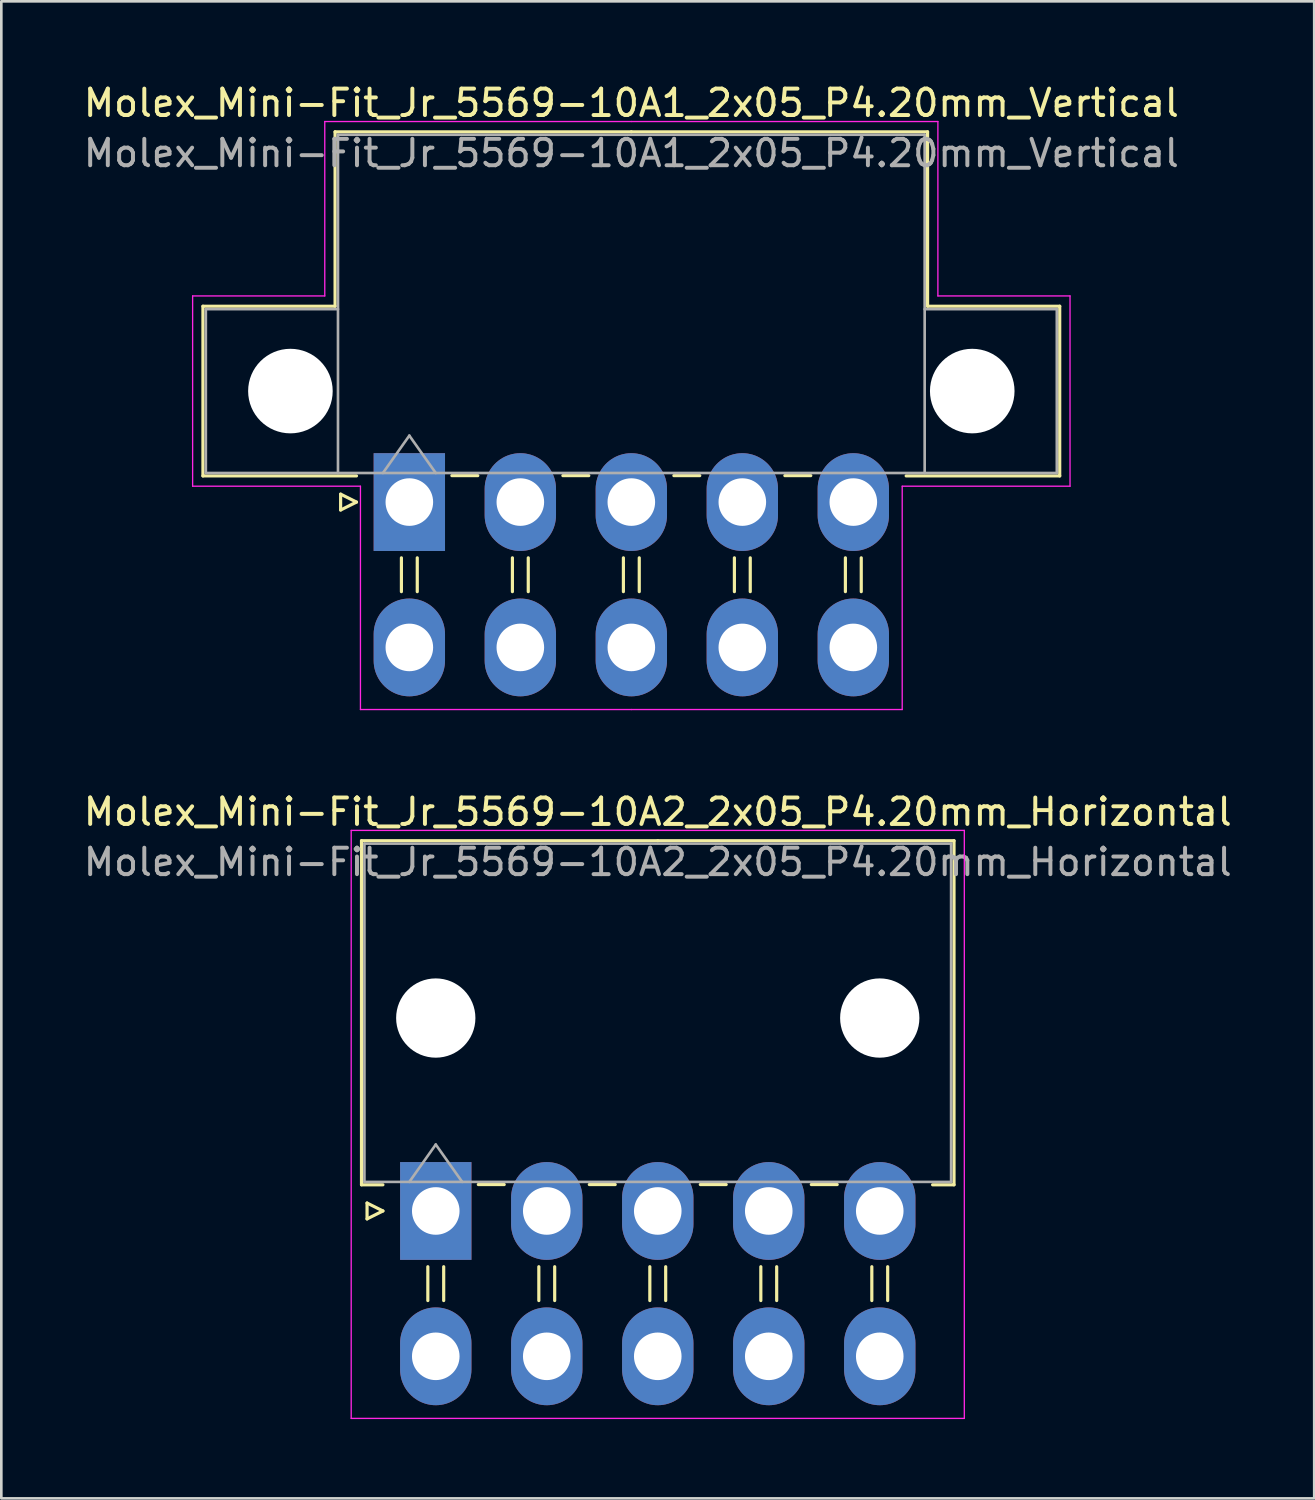
<source format=kicad_pcb>
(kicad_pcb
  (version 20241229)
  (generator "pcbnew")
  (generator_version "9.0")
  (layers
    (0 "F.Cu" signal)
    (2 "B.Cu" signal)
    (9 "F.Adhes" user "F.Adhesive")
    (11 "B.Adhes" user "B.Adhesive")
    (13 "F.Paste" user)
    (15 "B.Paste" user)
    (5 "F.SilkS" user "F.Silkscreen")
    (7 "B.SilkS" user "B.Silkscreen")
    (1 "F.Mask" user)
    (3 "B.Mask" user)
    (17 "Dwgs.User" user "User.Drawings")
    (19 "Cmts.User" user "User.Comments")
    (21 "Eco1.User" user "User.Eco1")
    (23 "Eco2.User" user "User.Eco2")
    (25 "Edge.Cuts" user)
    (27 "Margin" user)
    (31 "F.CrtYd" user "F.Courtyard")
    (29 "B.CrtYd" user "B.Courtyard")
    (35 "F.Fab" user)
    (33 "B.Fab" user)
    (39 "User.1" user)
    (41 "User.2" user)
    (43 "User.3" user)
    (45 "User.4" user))
  (footprint "Molex_Mini-Fit_Jr_5569-10A1_2x05_P4.20mm_Vertical"
    (layer "F.Cu")
    (at 12.439 15.948)
    (property "Reference" "Molex_Mini-Fit_Jr_5569-10A1_2x05_P4.20mm_Vertical" (at 8.4 -15.1 0) (layer "F.SilkS") (effects (font (size 1 1) (thickness 0.15))))
    (attr through_hole)
    (fp_line (start -7.81 -7.41) (end -7.81 -0.99) (stroke (width 0.12) (type solid)) (layer "F.SilkS"))
    (fp_line (start -7.81 -0.99) (end -2 -0.99) (stroke (width 0.12) (type solid)) (layer "F.SilkS"))
    (fp_line (start -2.81 -14.01) (end -2.81 -7.41) (stroke (width 0.12) (type solid)) (layer "F.SilkS"))
    (fp_line (start -2.81 -7.41) (end -7.81 -7.41) (stroke (width 0.12) (type solid)) (layer "F.SilkS"))
    (fp_line (start -2.6 -0.3) (end -2 0) (stroke (width 0.12) (type solid)) (layer "F.SilkS"))
    (fp_line (start -2.6 0.3) (end -2.6 -0.3) (stroke (width 0.12) (type solid)) (layer "F.SilkS"))
    (fp_line (start -2 0) (end -2.6 0.3) (stroke (width 0.12) (type solid)) (layer "F.SilkS"))
    (fp_line (start -0.3 2.11) (end -0.3 3.39) (stroke (width 0.12) (type solid)) (layer "F.SilkS"))
    (fp_line (start 0.3 2.11) (end 0.3 3.39) (stroke (width 0.12) (type solid)) (layer "F.SilkS"))
    (fp_line (start 1.61 -1) (end 2.59 -1) (stroke (width 0.12) (type solid)) (layer "F.SilkS"))
    (fp_line (start 3.9 2.11) (end 3.9 3.39) (stroke (width 0.12) (type solid)) (layer "F.SilkS"))
    (fp_line (start 4.5 2.11) (end 4.5 3.39) (stroke (width 0.12) (type solid)) (layer "F.SilkS"))
    (fp_line (start 5.81 -1) (end 6.79 -1) (stroke (width 0.12) (type solid)) (layer "F.SilkS"))
    (fp_line (start 8.1 2.11) (end 8.1 3.39) (stroke (width 0.12) (type solid)) (layer "F.SilkS"))
    (fp_line (start 8.4 -14.01) (end -2.81 -14.01) (stroke (width 0.12) (type solid)) (layer "F.SilkS"))
    (fp_line (start 8.4 -14.01) (end 19.61 -14.01) (stroke (width 0.12) (type solid)) (layer "F.SilkS"))
    (fp_line (start 8.7 2.11) (end 8.7 3.39) (stroke (width 0.12) (type solid)) (layer "F.SilkS"))
    (fp_line (start 10.01 -1) (end 10.99 -1) (stroke (width 0.12) (type solid)) (layer "F.SilkS"))
    (fp_line (start 12.3 2.11) (end 12.3 3.39) (stroke (width 0.12) (type solid)) (layer "F.SilkS"))
    (fp_line (start 12.9 2.11) (end 12.9 3.39) (stroke (width 0.12) (type solid)) (layer "F.SilkS"))
    (fp_line (start 14.21 -1) (end 15.19 -1) (stroke (width 0.12) (type solid)) (layer "F.SilkS"))
    (fp_line (start 16.5 2.11) (end 16.5 3.39) (stroke (width 0.12) (type solid)) (layer "F.SilkS"))
    (fp_line (start 17.1 2.11) (end 17.1 3.39) (stroke (width 0.12) (type solid)) (layer "F.SilkS"))
    (fp_line (start 19.61 -14.01) (end 19.61 -7.41) (stroke (width 0.12) (type solid)) (layer "F.SilkS"))
    (fp_line (start 19.61 -7.41) (end 24.61 -7.41) (stroke (width 0.12) (type solid)) (layer "F.SilkS"))
    (fp_line (start 24.61 -7.41) (end 24.61 -0.99) (stroke (width 0.12) (type solid)) (layer "F.SilkS"))
    (fp_line (start 24.61 -0.99) (end 18.8 -0.99) (stroke (width 0.12) (type solid)) (layer "F.SilkS"))
    (fp_line (start -8.2 -7.8) (end -8.2 -0.6) (stroke (width 0.05) (type solid)) (layer "F.CrtYd"))
    (fp_line (start -8.2 -0.6) (end -1.85 -0.6) (stroke (width 0.05) (type solid)) (layer "F.CrtYd"))
    (fp_line (start -3.2 -14.4) (end -3.2 -7.8) (stroke (width 0.05) (type solid)) (layer "F.CrtYd"))
    (fp_line (start -3.2 -7.8) (end -8.2 -7.8) (stroke (width 0.05) (type solid)) (layer "F.CrtYd"))
    (fp_line (start -1.85 -0.6) (end -1.85 7.85) (stroke (width 0.05) (type solid)) (layer "F.CrtYd"))
    (fp_line (start -1.85 7.85) (end 8.4 7.85) (stroke (width 0.05) (type solid)) (layer "F.CrtYd"))
    (fp_line (start 8.4 -14.4) (end -3.2 -14.4) (stroke (width 0.05) (type solid)) (layer "F.CrtYd"))
    (fp_line (start 8.4 -14.4) (end 20 -14.4) (stroke (width 0.05) (type solid)) (layer "F.CrtYd"))
    (fp_line (start 18.65 -0.6) (end 18.65 7.85) (stroke (width 0.05) (type solid)) (layer "F.CrtYd"))
    (fp_line (start 18.65 7.85) (end 8.4 7.85) (stroke (width 0.05) (type solid)) (layer "F.CrtYd"))
    (fp_line (start 20 -14.4) (end 20 -7.8) (stroke (width 0.05) (type solid)) (layer "F.CrtYd"))
    (fp_line (start 20 -7.8) (end 25 -7.8) (stroke (width 0.05) (type solid)) (layer "F.CrtYd"))
    (fp_line (start 25 -7.8) (end 25 -0.6) (stroke (width 0.05) (type solid)) (layer "F.CrtYd"))
    (fp_line (start 25 -0.6) (end 18.65 -0.6) (stroke (width 0.05) (type solid)) (layer "F.CrtYd"))
    (fp_line (start -7.7 -7.3) (end -7.7 -1.1) (stroke (width 0.1) (type solid)) (layer "F.Fab"))
    (fp_line (start -7.7 -1.1) (end -2.7 -1.1) (stroke (width 0.1) (type solid)) (layer "F.Fab"))
    (fp_line (start -2.7 -13.9) (end -2.7 -1.1) (stroke (width 0.1) (type solid)) (layer "F.Fab"))
    (fp_line (start -2.7 -7.3) (end -7.7 -7.3) (stroke (width 0.1) (type solid)) (layer "F.Fab"))
    (fp_line (start -2.7 -1.1) (end 19.5 -1.1) (stroke (width 0.1) (type solid)) (layer "F.Fab"))
    (fp_line (start -1 -1.1) (end 0 -2.514) (stroke (width 0.1) (type solid)) (layer "F.Fab"))
    (fp_line (start 0 -2.514) (end 1 -1.1) (stroke (width 0.1) (type solid)) (layer "F.Fab"))
    (fp_line (start 19.5 -13.9) (end -2.7 -13.9) (stroke (width 0.1) (type solid)) (layer "F.Fab"))
    (fp_line (start 19.5 -7.3) (end 24.5 -7.3) (stroke (width 0.1) (type solid)) (layer "F.Fab"))
    (fp_line (start 19.5 -1.1) (end 19.5 -13.9) (stroke (width 0.1) (type solid)) (layer "F.Fab"))
    (fp_line (start 24.5 -7.3) (end 24.5 -1.1) (stroke (width 0.1) (type solid)) (layer "F.Fab"))
    (fp_line (start 24.5 -1.1) (end 19.5 -1.1) (stroke (width 0.1) (type solid)) (layer "F.Fab"))
    (fp_text user "${REFERENCE}" (at 8.4 -13.2 0) (layer "F.Fab") (effects (font (size 1 1) (thickness 0.15))))
    (pad "" np_thru_hole circle (at -4.5 -4.2) (size 3.2 3.2) (drill 3.2) (layers "*.Cu" "*.Mask"))
    (pad "" np_thru_hole circle (at 21.3 -4.2) (size 3.2 3.2) (drill 3.2) (layers "*.Cu" "*.Mask"))
    (pad "1" thru_hole rect (at 0 0) (size 2.7 3.7) (drill 1.8) (layers "*.Cu" "*.Mask"))
    (pad "2" thru_hole oval (at 4.2 0) (size 2.7 3.7) (drill 1.8) (layers "*.Cu" "*.Mask"))
    (pad "3" thru_hole oval (at 8.4 0) (size 2.7 3.7) (drill 1.8) (layers "*.Cu" "*.Mask"))
    (pad "4" thru_hole oval (at 12.6 0) (size 2.7 3.7) (drill 1.8) (layers "*.Cu" "*.Mask"))
    (pad "5" thru_hole oval (at 16.8 0) (size 2.7 3.7) (drill 1.8) (layers "*.Cu" "*.Mask"))
    (pad "6" thru_hole oval (at 0 5.5) (size 2.7 3.7) (drill 1.8) (layers "*.Cu" "*.Mask"))
    (pad "7" thru_hole oval (at 4.2 5.5) (size 2.7 3.7) (drill 1.8) (layers "*.Cu" "*.Mask"))
    (pad "8" thru_hole oval (at 8.4 5.5) (size 2.7 3.7) (drill 1.8) (layers "*.Cu" "*.Mask"))
    (pad "9" thru_hole oval (at 12.6 5.5) (size 2.7 3.7) (drill 1.8) (layers "*.Cu" "*.Mask"))
    (pad "10" thru_hole oval (at 16.8 5.5) (size 2.7 3.7) (drill 1.8) (layers "*.Cu" "*.Mask")))
  (footprint "Molex_Mini-Fit_Jr_5569-10A2_2x05_P4.20mm_Horizontal"
    (layer "F.Cu")
    (at 13.439 42.772)
    (property "Reference" "Molex_Mini-Fit_Jr_5569-10A2_2x05_P4.20mm_Horizontal" (at 8.4 -15.1 0) (layer "F.SilkS") (effects (font (size 1 1) (thickness 0.15))))
    (attr through_hole)
    (fp_line (start -2.81 -14.01) (end 8.4 -14.01) (stroke (width 0.12) (type solid)) (layer "F.SilkS"))
    (fp_line (start -2.81 -0.99) (end -2.81 -14.01) (stroke (width 0.12) (type solid)) (layer "F.SilkS"))
    (fp_line (start -2.6 -0.3) (end -2 0) (stroke (width 0.12) (type solid)) (layer "F.SilkS"))
    (fp_line (start -2.6 0.3) (end -2.6 -0.3) (stroke (width 0.12) (type solid)) (layer "F.SilkS"))
    (fp_line (start -2 -0.99) (end -2.81 -0.99) (stroke (width 0.12) (type solid)) (layer "F.SilkS"))
    (fp_line (start -2 0) (end -2.6 0.3) (stroke (width 0.12) (type solid)) (layer "F.SilkS"))
    (fp_line (start -0.3 2.11) (end -0.3 3.39) (stroke (width 0.12) (type solid)) (layer "F.SilkS"))
    (fp_line (start 0.3 2.11) (end 0.3 3.39) (stroke (width 0.12) (type solid)) (layer "F.SilkS"))
    (fp_line (start 1.61 -1) (end 2.59 -1) (stroke (width 0.12) (type solid)) (layer "F.SilkS"))
    (fp_line (start 3.9 2.11) (end 3.9 3.39) (stroke (width 0.12) (type solid)) (layer "F.SilkS"))
    (fp_line (start 4.5 2.11) (end 4.5 3.39) (stroke (width 0.12) (type solid)) (layer "F.SilkS"))
    (fp_line (start 5.81 -1) (end 6.79 -1) (stroke (width 0.12) (type solid)) (layer "F.SilkS"))
    (fp_line (start 8.1 2.11) (end 8.1 3.39) (stroke (width 0.12) (type solid)) (layer "F.SilkS"))
    (fp_line (start 8.7 2.11) (end 8.7 3.39) (stroke (width 0.12) (type solid)) (layer "F.SilkS"))
    (fp_line (start 10.01 -1) (end 10.99 -1) (stroke (width 0.12) (type solid)) (layer "F.SilkS"))
    (fp_line (start 12.3 2.11) (end 12.3 3.39) (stroke (width 0.12) (type solid)) (layer "F.SilkS"))
    (fp_line (start 12.9 2.11) (end 12.9 3.39) (stroke (width 0.12) (type solid)) (layer "F.SilkS"))
    (fp_line (start 14.21 -1) (end 15.19 -1) (stroke (width 0.12) (type solid)) (layer "F.SilkS"))
    (fp_line (start 16.5 2.11) (end 16.5 3.39) (stroke (width 0.12) (type solid)) (layer "F.SilkS"))
    (fp_line (start 17.1 2.11) (end 17.1 3.39) (stroke (width 0.12) (type solid)) (layer "F.SilkS"))
    (fp_line (start 18.8 -0.99) (end 19.61 -0.99) (stroke (width 0.12) (type solid)) (layer "F.SilkS"))
    (fp_line (start 19.61 -14.01) (end 8.4 -14.01) (stroke (width 0.12) (type solid)) (layer "F.SilkS"))
    (fp_line (start 19.61 -0.99) (end 19.61 -14.01) (stroke (width 0.12) (type solid)) (layer "F.SilkS"))
    (fp_line (start -3.2 -14.4) (end -3.2 7.85) (stroke (width 0.05) (type solid)) (layer "F.CrtYd"))
    (fp_line (start -3.2 7.85) (end 20 7.85) (stroke (width 0.05) (type solid)) (layer "F.CrtYd"))
    (fp_line (start 20 -14.4) (end -3.2 -14.4) (stroke (width 0.05) (type solid)) (layer "F.CrtYd"))
    (fp_line (start 20 7.85) (end 20 -14.4) (stroke (width 0.05) (type solid)) (layer "F.CrtYd"))
    (fp_line (start -2.7 -13.9) (end -2.7 -1.1) (stroke (width 0.1) (type solid)) (layer "F.Fab"))
    (fp_line (start -2.7 -1.1) (end 19.5 -1.1) (stroke (width 0.1) (type solid)) (layer "F.Fab"))
    (fp_line (start -1 -1.1) (end 0 -2.514) (stroke (width 0.1) (type solid)) (layer "F.Fab"))
    (fp_line (start 0 -2.514) (end 1 -1.1) (stroke (width 0.1) (type solid)) (layer "F.Fab"))
    (fp_line (start 19.5 -13.9) (end -2.7 -13.9) (stroke (width 0.1) (type solid)) (layer "F.Fab"))
    (fp_line (start 19.5 -1.1) (end 19.5 -13.9) (stroke (width 0.1) (type solid)) (layer "F.Fab"))
    (fp_text user "${REFERENCE}" (at 8.4 -13.2 0) (layer "F.Fab") (effects (font (size 1 1) (thickness 0.15))))
    (pad "" np_thru_hole circle (at 0 -7.3) (size 3 3) (drill 3) (layers "*.Cu" "*.Mask"))
    (pad "" np_thru_hole circle (at 16.8 -7.3) (size 3 3) (drill 3) (layers "*.Cu" "*.Mask"))
    (pad "1" thru_hole rect (at 0 0) (size 2.7 3.7) (drill 1.8) (layers "*.Cu" "*.Mask"))
    (pad "2" thru_hole oval (at 4.2 0) (size 2.7 3.7) (drill 1.8) (layers "*.Cu" "*.Mask"))
    (pad "3" thru_hole oval (at 8.4 0) (size 2.7 3.7) (drill 1.8) (layers "*.Cu" "*.Mask"))
    (pad "4" thru_hole oval (at 12.6 0) (size 2.7 3.7) (drill 1.8) (layers "*.Cu" "*.Mask"))
    (pad "5" thru_hole oval (at 16.8 0) (size 2.7 3.7) (drill 1.8) (layers "*.Cu" "*.Mask"))
    (pad "6" thru_hole oval (at 0 5.5) (size 2.7 3.7) (drill 1.8) (layers "*.Cu" "*.Mask"))
    (pad "7" thru_hole oval (at 4.2 5.5) (size 2.7 3.7) (drill 1.8) (layers "*.Cu" "*.Mask"))
    (pad "8" thru_hole oval (at 8.4 5.5) (size 2.7 3.7) (drill 1.8) (layers "*.Cu" "*.Mask"))
    (pad "9" thru_hole oval (at 12.6 5.5) (size 2.7 3.7) (drill 1.8) (layers "*.Cu" "*.Mask"))
    (pad "10" thru_hole oval (at 16.8 5.5) (size 2.7 3.7) (drill 1.8) (layers "*.Cu" "*.Mask")))
  (gr_rect
    (start -3 -3)
    (end 46.679 53.647)
    (stroke (width 0.1) (type default))
    (fill no)
    (layer "Edge.Cuts")))
</source>
